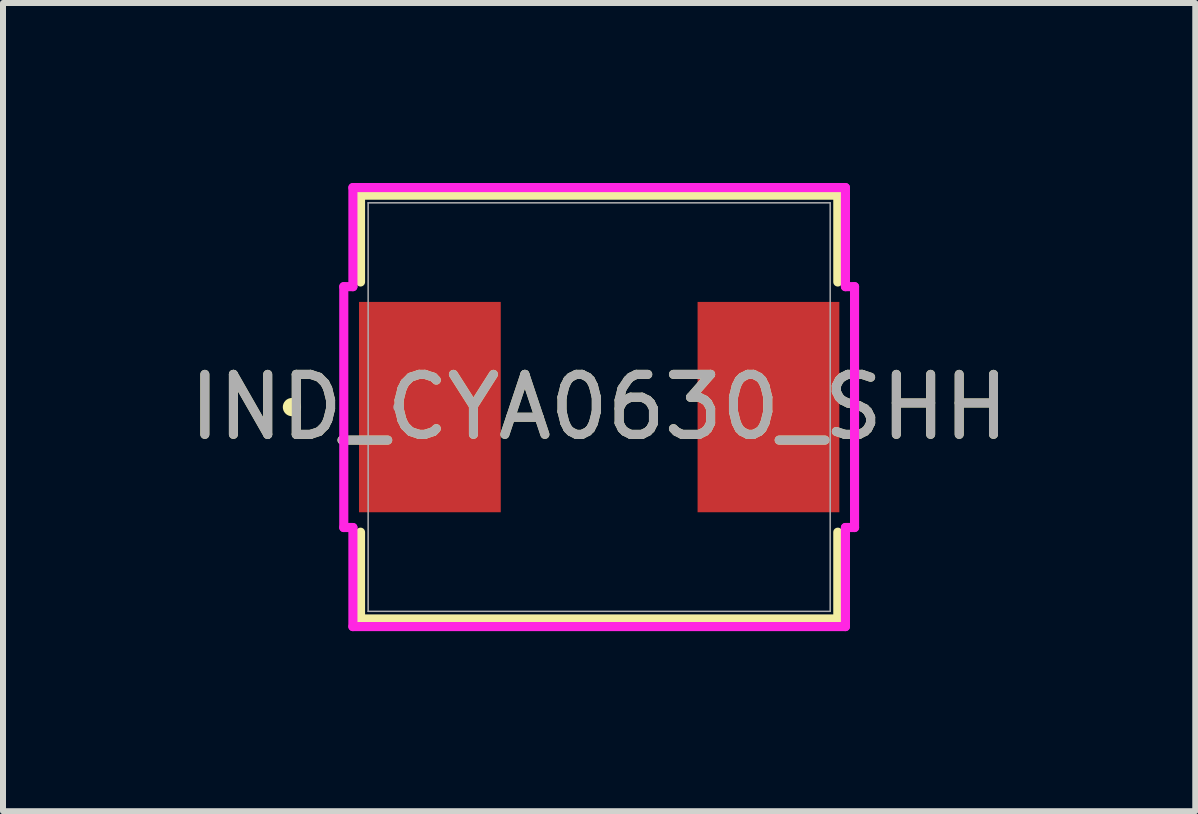
<source format=kicad_pcb>
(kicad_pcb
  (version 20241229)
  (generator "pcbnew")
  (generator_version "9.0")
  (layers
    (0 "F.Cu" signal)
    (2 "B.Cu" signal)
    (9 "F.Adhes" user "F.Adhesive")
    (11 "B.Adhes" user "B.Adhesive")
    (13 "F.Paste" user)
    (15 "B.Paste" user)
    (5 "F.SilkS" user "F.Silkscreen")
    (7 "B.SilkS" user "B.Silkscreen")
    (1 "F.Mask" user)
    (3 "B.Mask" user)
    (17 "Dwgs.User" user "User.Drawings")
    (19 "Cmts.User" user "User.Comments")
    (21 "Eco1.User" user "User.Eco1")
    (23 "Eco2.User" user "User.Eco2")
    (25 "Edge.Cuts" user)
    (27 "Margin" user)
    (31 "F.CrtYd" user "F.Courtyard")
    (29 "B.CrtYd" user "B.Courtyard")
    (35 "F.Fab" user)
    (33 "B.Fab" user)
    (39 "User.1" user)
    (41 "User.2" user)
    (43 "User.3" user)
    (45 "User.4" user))
  (footprint "IND_CYA0630_SHH"
    (layer "F.Cu")
    (at 6.935 3.734)
    (property "Reference" "IND_CYA0630_SHH" (at 0 0 0) (unlocked yes) (layer "F.SilkS") (effects (font (size 1 1) (thickness 0.15))))
    (attr smd)
    (fp_line (start -3.977 -3.531) (end -3.977 -2.085) (stroke (width 0.152) (type solid)) (layer "F.SilkS"))
    (fp_line (start -3.977 2.085) (end -3.977 3.531) (stroke (width 0.152) (type solid)) (layer "F.SilkS"))
    (fp_line (start -3.977 3.531) (end 3.977 3.531) (stroke (width 0.152) (type solid)) (layer "F.SilkS"))
    (fp_line (start 3.977 -3.531) (end -3.977 -3.531) (stroke (width 0.152) (type solid)) (layer "F.SilkS"))
    (fp_line (start 3.977 -2.085) (end 3.977 -3.531) (stroke (width 0.152) (type solid)) (layer "F.SilkS"))
    (fp_line (start 3.977 3.531) (end 3.977 2.085) (stroke (width 0.152) (type solid)) (layer "F.SilkS"))
    (fp_circle (center -5.12 0) (end -5.044 0) (stroke (width 0.152) (type solid)) (fill no) (layer "F.SilkS"))
    (fp_line (start -4.256 -2.007) (end -4.104 -2.007) (stroke (width 0.152) (type solid)) (layer "F.CrtYd"))
    (fp_line (start -4.256 2.007) (end -4.256 -2.007) (stroke (width 0.152) (type solid)) (layer "F.CrtYd"))
    (fp_line (start -4.104 -3.658) (end 4.104 -3.658) (stroke (width 0.152) (type solid)) (layer "F.CrtYd"))
    (fp_line (start -4.104 -2.007) (end -4.104 -3.658) (stroke (width 0.152) (type solid)) (layer "F.CrtYd"))
    (fp_line (start -4.104 2.007) (end -4.256 2.007) (stroke (width 0.152) (type solid)) (layer "F.CrtYd"))
    (fp_line (start -4.104 3.658) (end -4.104 2.007) (stroke (width 0.152) (type solid)) (layer "F.CrtYd"))
    (fp_line (start 4.104 -3.658) (end 4.104 -2.007) (stroke (width 0.152) (type solid)) (layer "F.CrtYd"))
    (fp_line (start 4.104 -2.007) (end 4.256 -2.007) (stroke (width 0.152) (type solid)) (layer "F.CrtYd"))
    (fp_line (start 4.104 2.007) (end 4.104 3.658) (stroke (width 0.152) (type solid)) (layer "F.CrtYd"))
    (fp_line (start 4.104 3.658) (end -4.104 3.658) (stroke (width 0.152) (type solid)) (layer "F.CrtYd"))
    (fp_line (start 4.256 -2.007) (end 4.256 2.007) (stroke (width 0.152) (type solid)) (layer "F.CrtYd"))
    (fp_line (start 4.256 2.007) (end 4.104 2.007) (stroke (width 0.152) (type solid)) (layer "F.CrtYd"))
    (fp_line (start -3.85 -3.404) (end -3.85 3.404) (stroke (width 0.025) (type solid)) (layer "F.Fab"))
    (fp_line (start -3.85 3.404) (end 3.85 3.404) (stroke (width 0.025) (type solid)) (layer "F.Fab"))
    (fp_line (start 3.85 -3.404) (end -3.85 -3.404) (stroke (width 0.025) (type solid)) (layer "F.Fab"))
    (fp_line (start 3.85 3.404) (end 3.85 -3.404) (stroke (width 0.025) (type solid)) (layer "F.Fab"))
    (fp_circle (center -3.342 0) (end -3.266 0) (stroke (width 0.025) (type solid)) (fill no) (layer "F.Fab"))
    (fp_text user "${REFERENCE}" (at 0 0 0) (unlocked yes) (layer "F.Fab") (effects (font (size 1 1) (thickness 0.15))))
    (pad "1" smd rect (at -2.821 0 90) (size 3.505 2.362) (layers "F.Cu" "F.Mask" "F.Paste"))
    (pad "2" smd rect (at 2.821 0 90) (size 3.505 2.362) (layers "F.Cu" "F.Mask" "F.Paste"))
    (zone (net_name "") (layer "F.Cu") (hatch full 0.508) (connect_pads) (min_thickness 0.254) (filled_areas_thickness no) (keepout (tracks not_allowed) (vias not_allowed) (pads allowed) (copperpour not_allowed) (footprints allowed)) (placement (enabled no)) (fill) (polygon (pts (xy 3.135 0.381) (xy 10.734 0.381) (xy 10.734 1.93) (xy 3.135 1.93))))
    (zone (net_name "") (layer "F.Cu") (hatch full 0.508) (connect_pads) (min_thickness 0.254) (filled_areas_thickness no) (keepout (tracks not_allowed) (vias not_allowed) (pads allowed) (copperpour not_allowed) (footprints allowed)) (placement (enabled no)) (fill) (polygon (pts (xy 3.135 5.537) (xy 10.734 5.537) (xy 10.734 7.087) (xy 3.135 7.087))))
    (zone (net_name "") (layer "F.Cu") (hatch full 0.508) (connect_pads) (min_thickness 0.254) (filled_areas_thickness no) (keepout (tracks not_allowed) (vias not_allowed) (pads allowed) (copperpour not_allowed) (footprints allowed)) (placement (enabled no)) (fill) (polygon (pts (xy 5.345 1.93) (xy 8.524 1.93) (xy 8.524 5.537) (xy 5.345 5.537)))))
  (gr_rect
    (start -3 -3)
    (end 16.869 10.468)
    (stroke (width 0.1) (type default))
    (fill no)
    (layer "Edge.Cuts")))
</source>
